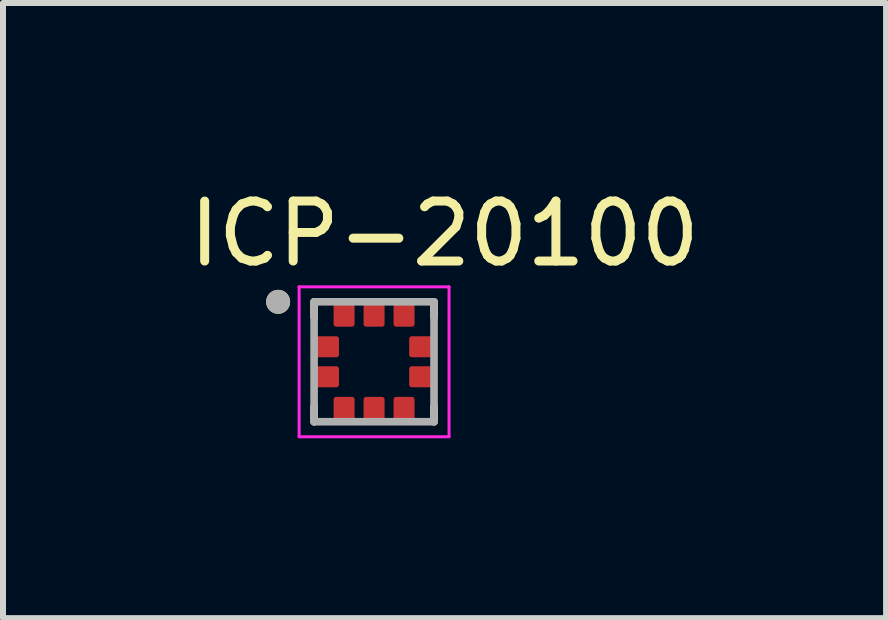
<source format=kicad_pcb>
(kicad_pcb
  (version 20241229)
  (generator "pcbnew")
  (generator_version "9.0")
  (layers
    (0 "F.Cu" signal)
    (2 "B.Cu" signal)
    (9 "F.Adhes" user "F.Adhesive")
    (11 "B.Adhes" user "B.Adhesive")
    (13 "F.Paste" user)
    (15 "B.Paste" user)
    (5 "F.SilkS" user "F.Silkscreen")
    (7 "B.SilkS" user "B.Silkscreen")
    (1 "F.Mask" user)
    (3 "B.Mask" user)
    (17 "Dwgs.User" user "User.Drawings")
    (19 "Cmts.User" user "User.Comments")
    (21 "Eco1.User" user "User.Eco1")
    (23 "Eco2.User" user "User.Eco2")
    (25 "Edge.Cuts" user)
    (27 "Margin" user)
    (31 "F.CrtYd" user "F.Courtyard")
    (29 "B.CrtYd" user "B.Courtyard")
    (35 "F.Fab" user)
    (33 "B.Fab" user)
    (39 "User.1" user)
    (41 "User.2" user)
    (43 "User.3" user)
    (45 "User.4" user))
  (footprint "ICP-20100"
    (layer "F.Cu")
    (at 3.188 2.983)
    (property "Reference" "ICP-20100" (at 1.175 -2.135 0) (layer "F.SilkS") (effects (font (size 1 1) (thickness 0.15))))
    (attr smd)
    (fp_line (start -1 -1) (end -1 -0.745) (stroke (width 0.127) (type solid)) (layer "F.SilkS"))
    (fp_line (start -1 1) (end -1 0.745) (stroke (width 0.127) (type solid)) (layer "F.SilkS"))
    (fp_line (start 1 -1) (end 1 -0.745) (stroke (width 0.127) (type solid)) (layer "F.SilkS"))
    (fp_line (start 1 1) (end 1 0.745) (stroke (width 0.127) (type solid)) (layer "F.SilkS"))
    (fp_circle (center -1.6 -1) (end -1.5 -1) (stroke (width 0.2) (type solid)) (fill no) (layer "F.SilkS"))
    (fp_line (start -1.25 -1.25) (end 1.25 -1.25) (stroke (width 0.05) (type solid)) (layer "F.CrtYd"))
    (fp_line (start -1.25 1.25) (end -1.25 -1.25) (stroke (width 0.05) (type solid)) (layer "F.CrtYd"))
    (fp_line (start -1.25 1.25) (end 1.25 1.25) (stroke (width 0.05) (type solid)) (layer "F.CrtYd"))
    (fp_line (start 1.25 1.25) (end 1.25 -1.25) (stroke (width 0.05) (type solid)) (layer "F.CrtYd"))
    (fp_line (start -1 1) (end -1 -1) (stroke (width 0.127) (type solid)) (layer "F.Fab"))
    (fp_line (start 1 -1) (end -1 -1) (stroke (width 0.127) (type solid)) (layer "F.Fab"))
    (fp_line (start 1 1) (end -1 1) (stroke (width 0.127) (type solid)) (layer "F.Fab"))
    (fp_line (start 1 1) (end 1 -1) (stroke (width 0.127) (type solid)) (layer "F.Fab"))
    (fp_circle (center -1.6 -1) (end -1.5 -1) (stroke (width 0.2) (type solid)) (fill no) (layer "F.Fab"))
    (pad "1" smd roundrect (at -0.78 -0.25) (size 0.39 0.35) (layers "F.Cu" "F.Mask" "F.Paste") (roundrect_rratio 0.125))
    (pad "2" smd roundrect (at -0.78 0.25) (size 0.39 0.35) (layers "F.Cu" "F.Mask" "F.Paste") (roundrect_rratio 0.125))
    (pad "3" smd roundrect (at -0.5 0.78) (size 0.35 0.39) (layers "F.Cu" "F.Mask" "F.Paste") (roundrect_rratio 0.125))
    (pad "4" smd roundrect (at 0 0.78) (size 0.35 0.39) (layers "F.Cu" "F.Mask" "F.Paste") (roundrect_rratio 0.125))
    (pad "5" smd roundrect (at 0.5 0.78) (size 0.35 0.39) (layers "F.Cu" "F.Mask" "F.Paste") (roundrect_rratio 0.125))
    (pad "6" smd roundrect (at 0.78 0.25) (size 0.39 0.35) (layers "F.Cu" "F.Mask" "F.Paste") (roundrect_rratio 0.125))
    (pad "7" smd roundrect (at 0.78 -0.25) (size 0.39 0.35) (layers "F.Cu" "F.Mask" "F.Paste") (roundrect_rratio 0.125))
    (pad "8" smd roundrect (at 0.5 -0.78) (size 0.35 0.39) (layers "F.Cu" "F.Mask" "F.Paste") (roundrect_rratio 0.125))
    (pad "9" smd roundrect (at 0 -0.78) (size 0.35 0.39) (layers "F.Cu" "F.Mask" "F.Paste") (roundrect_rratio 0.125))
    (pad "10" smd roundrect (at -0.5 -0.78) (size 0.35 0.39) (layers "F.Cu" "F.Mask" "F.Paste") (roundrect_rratio 0.125)))
  (gr_rect
    (start -3 -3)
    (end 11.726 7.258)
    (stroke (width 0.1) (type default))
    (fill no)
    (layer "Edge.Cuts")))
</source>
